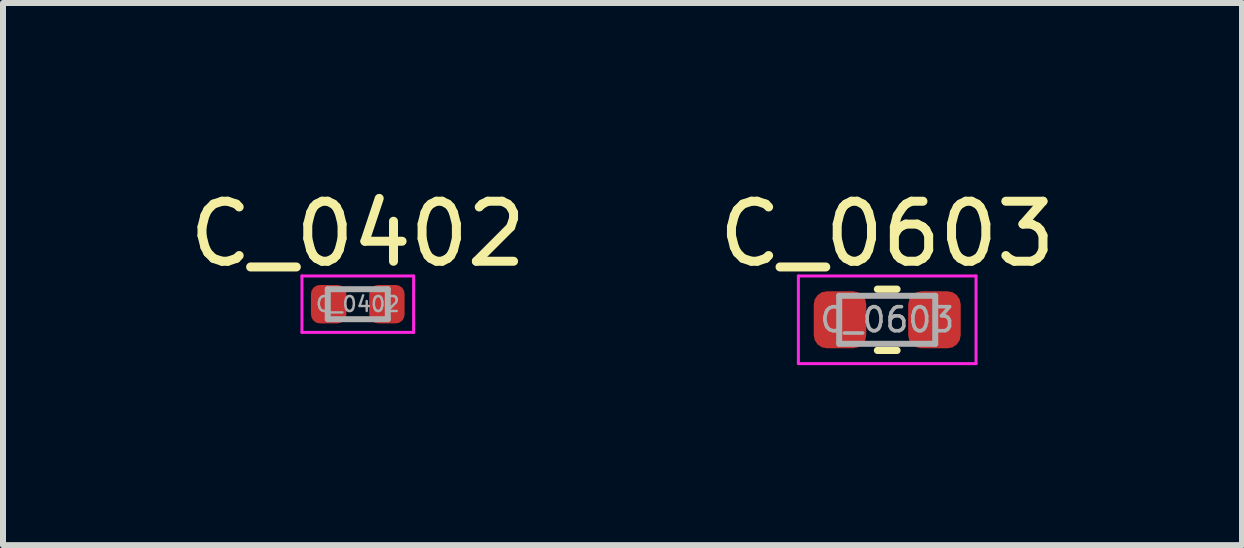
<source format=kicad_pcb>
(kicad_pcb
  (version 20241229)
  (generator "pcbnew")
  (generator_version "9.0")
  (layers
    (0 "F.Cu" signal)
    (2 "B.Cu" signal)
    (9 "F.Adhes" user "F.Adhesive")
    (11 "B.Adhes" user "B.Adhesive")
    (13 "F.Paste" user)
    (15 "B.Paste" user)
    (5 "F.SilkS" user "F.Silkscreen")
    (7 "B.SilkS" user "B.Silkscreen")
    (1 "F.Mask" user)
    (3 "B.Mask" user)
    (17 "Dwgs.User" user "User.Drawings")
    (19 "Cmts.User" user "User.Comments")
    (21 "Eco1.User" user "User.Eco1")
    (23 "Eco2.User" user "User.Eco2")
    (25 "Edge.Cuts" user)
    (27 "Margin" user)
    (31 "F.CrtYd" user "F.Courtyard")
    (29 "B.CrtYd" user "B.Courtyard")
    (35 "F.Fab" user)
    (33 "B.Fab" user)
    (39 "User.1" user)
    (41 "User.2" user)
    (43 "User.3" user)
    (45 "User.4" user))
  (footprint "C_0603"
    (layer "F.Cu")
    (at 11.732 2.278)
    (property "Reference" "C_0603" (at 0 -1.43 0) (layer "F.SilkS") (effects (font (size 1 1) (thickness 0.15))))
    (attr smd)
    (fp_line (start -0.163 -0.51) (end 0.163 -0.51) (stroke (width 0.12) (type solid)) (layer "F.SilkS"))
    (fp_line (start -0.163 0.51) (end 0.163 0.51) (stroke (width 0.12) (type solid)) (layer "F.SilkS"))
    (fp_line (start -1.48 -0.73) (end 1.48 -0.73) (stroke (width 0.05) (type solid)) (layer "F.CrtYd"))
    (fp_line (start -1.48 0.73) (end -1.48 -0.73) (stroke (width 0.05) (type solid)) (layer "F.CrtYd"))
    (fp_line (start 1.48 -0.73) (end 1.48 0.73) (stroke (width 0.05) (type solid)) (layer "F.CrtYd"))
    (fp_line (start 1.48 0.73) (end -1.48 0.73) (stroke (width 0.05) (type solid)) (layer "F.CrtYd"))
    (fp_line (start -0.8 -0.4) (end 0.8 -0.4) (stroke (width 0.1) (type solid)) (layer "F.Fab"))
    (fp_line (start -0.8 0.4) (end -0.8 -0.4) (stroke (width 0.1) (type solid)) (layer "F.Fab"))
    (fp_line (start 0.8 -0.4) (end 0.8 0.4) (stroke (width 0.1) (type solid)) (layer "F.Fab"))
    (fp_line (start 0.8 0.4) (end -0.8 0.4) (stroke (width 0.1) (type solid)) (layer "F.Fab"))
    (fp_text user "${REFERENCE}" (at 0 0 0) (layer "F.Fab") (effects (font (size 0.4 0.4) (thickness 0.06))))
    (pad "1" smd roundrect (at -0.787 0) (size 0.875 0.95) (layers "F.Cu" "F.Mask" "F.Paste") (roundrect_rratio 0.25))
    (pad "2" smd roundrect (at 0.787 0) (size 0.875 0.95) (layers "F.Cu" "F.Mask" "F.Paste") (roundrect_rratio 0.25)))
  (footprint "C_0402"
    (layer "F.Cu")
    (at 2.911 2.018)
    (property "Reference" "C_0402" (at 0 -1.17 0) (layer "F.SilkS") (effects (font (size 1 1) (thickness 0.15))))
    (attr smd)
    (fp_line (start -0.93 -0.47) (end 0.93 -0.47) (stroke (width 0.05) (type solid)) (layer "F.CrtYd"))
    (fp_line (start -0.93 0.47) (end -0.93 -0.47) (stroke (width 0.05) (type solid)) (layer "F.CrtYd"))
    (fp_line (start 0.93 -0.47) (end 0.93 0.47) (stroke (width 0.05) (type solid)) (layer "F.CrtYd"))
    (fp_line (start 0.93 0.47) (end -0.93 0.47) (stroke (width 0.05) (type solid)) (layer "F.CrtYd"))
    (fp_line (start -0.5 -0.25) (end 0.5 -0.25) (stroke (width 0.1) (type solid)) (layer "F.Fab"))
    (fp_line (start -0.5 0.25) (end -0.5 -0.25) (stroke (width 0.1) (type solid)) (layer "F.Fab"))
    (fp_line (start 0.5 -0.25) (end 0.5 0.25) (stroke (width 0.1) (type solid)) (layer "F.Fab"))
    (fp_line (start 0.5 0.25) (end -0.5 0.25) (stroke (width 0.1) (type solid)) (layer "F.Fab"))
    (fp_text user "${REFERENCE}" (at 0 0 0) (layer "F.Fab") (effects (font (size 0.25 0.25) (thickness 0.04))))
    (pad "1" smd roundrect (at -0.485 0) (size 0.59 0.64) (layers "F.Cu" "F.Mask" "F.Paste") (roundrect_rratio 0.25))
    (pad "2" smd roundrect (at 0.485 0) (size 0.59 0.64) (layers "F.Cu" "F.Mask" "F.Paste") (roundrect_rratio 0.25)))
  (gr_rect
    (start -3 -3)
    (end 17.643 6.033)
    (stroke (width 0.1) (type default))
    (fill no)
    (layer "Edge.Cuts")))
</source>
